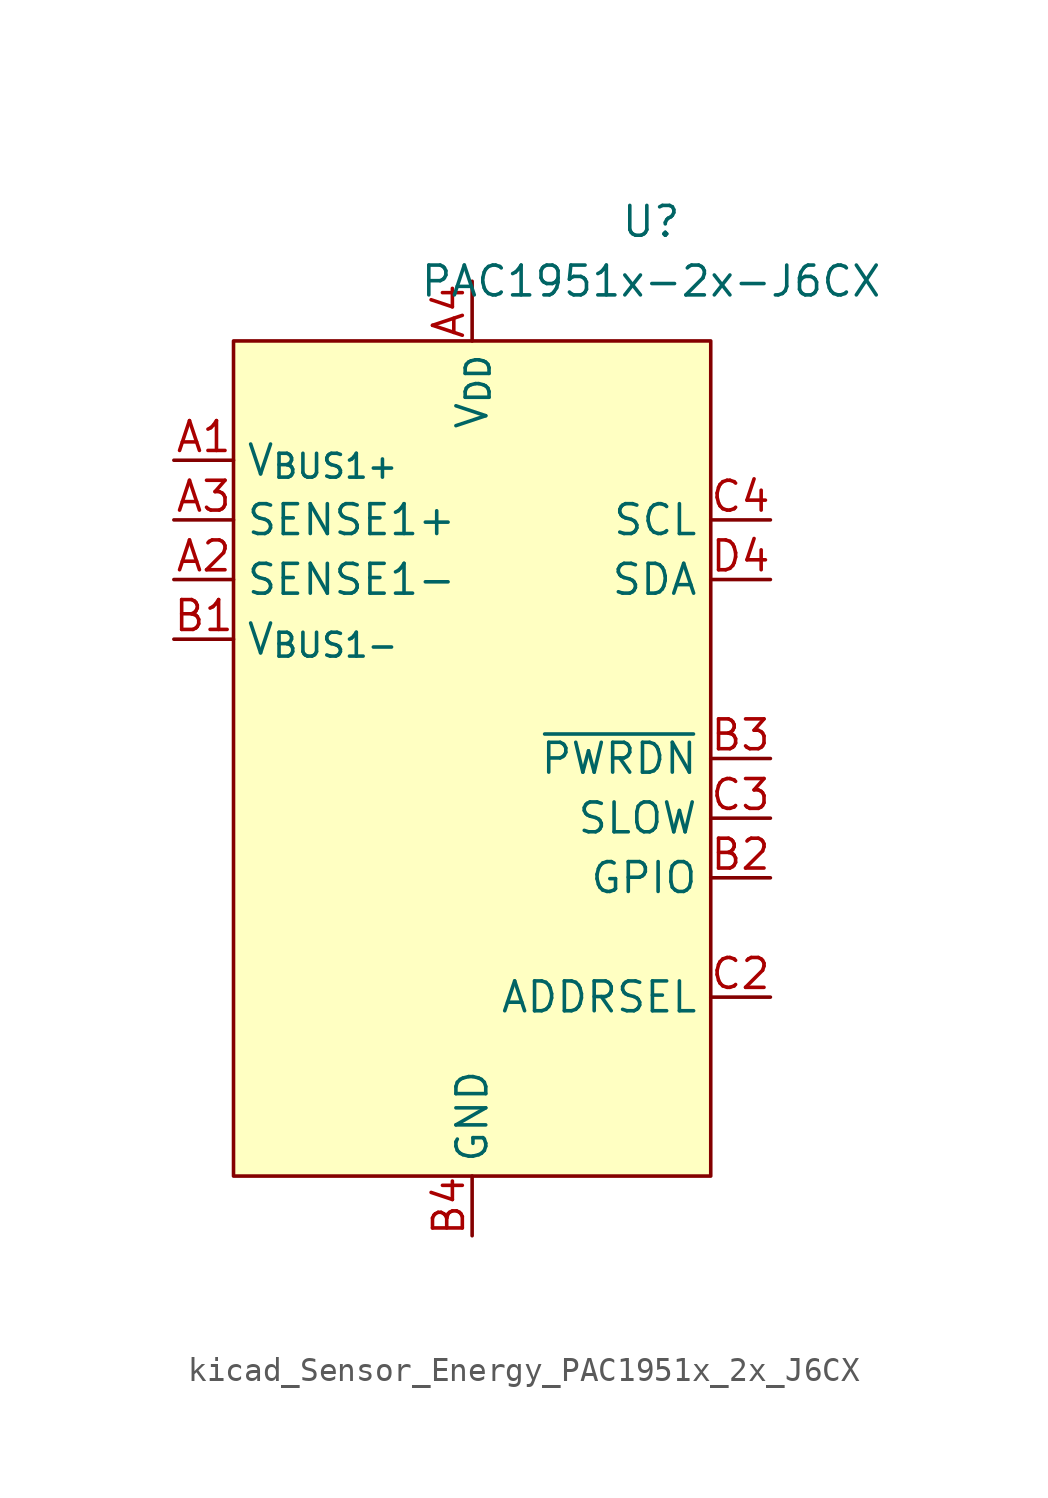
<source format=kicad_sym>
(kicad_symbol_lib
  (version 20220914)
  (generator kicad_symbol_editor)
  (symbol "kicad_Sensor_Energy_PAC1951x_2x_J6CX"
    (property "Reference" "U"
      (at 7.62 22.86 0)
      (effects (font (size 1.27 1.27))))
    (property "Value" "PAC1951x-2x-J6CX"
      (at 7.62 20.32 0)
      (effects (font (size 1.27 1.27))))
    (symbol "kicad_Sensor_Energy_PAC1951x_2x_J6CX_0_0"
      (pin input line (at -12.7 12.7 0) (length 2.54) (name "V_{BUS1+}" (effects (font (size 1.27 1.27)))) (number "A1" (effects (font (size 1.27 1.27)))))
      (pin input line (at -12.7 7.62 0) (length 2.54) (name "SENSE1-" (effects (font (size 1.27 1.27)))) (number "A2" (effects (font (size 1.27 1.27)))))
      (pin input line (at -12.7 10.16 0) (length 2.54) (name "SENSE1+" (effects (font (size 1.27 1.27)))) (number "A3" (effects (font (size 1.27 1.27)))))
      (pin power_in line (at 0 20.32 270) (length 2.54) (name "V_{DD}" (effects (font (size 1.27 1.27)))) (number "A4" (effects (font (size 1.27 1.27)))))
      (pin input line (at -12.7 5.08 0) (length 2.54) (name "V_{BUS1-}" (effects (font (size 1.27 1.27)))) (number "B1" (effects (font (size 1.27 1.27)))))
      (pin bidirectional line (at 12.7 -5.08 180) (length 2.54) (name "GPIO" (effects (font (size 1.27 1.27)))) (number "B2" (effects (font (size 1.27 1.27)))) (alternate "~{ALERT2}" open_collector line))
      (pin input line (at 12.7 0 180) (length 2.54) (name "~{PWRDN}" (effects (font (size 1.27 1.27)))) (number "B3" (effects (font (size 1.27 1.27)))))
      (pin power_in line (at 0 -20.32 90) (length 2.54) (name "GND" (effects (font (size 1.27 1.27)))) (number "B4" (effects (font (size 1.27 1.27)))))
      (pin passive line (at 0 -20.32 90) (length 2.54) hide (name "GND" (effects (font (size 1.27 1.27)))) (number "C1" (effects (font (size 1.27 1.27)))))
      (pin passive line (at 12.7 -10.16 180) (length 2.54) (name "ADDRSEL" (effects (font (size 1.27 1.27)))) (number "C2" (effects (font (size 1.27 1.27)))))
      (pin input line (at 12.7 -2.54 180) (length 2.54) (name "SLOW" (effects (font (size 1.27 1.27)))) (number "C3" (effects (font (size 1.27 1.27)))) (alternate "GPIO" bidirectional line) (alternate "~{ALERT1}" open_collector line))
      (pin input line (at 12.7 10.16 180) (length 2.54) (name "SCL" (effects (font (size 1.27 1.27)))) (number "C4" (effects (font (size 1.27 1.27)))) (alternate "SM_CLK" input line))
      (pin passive line (at 0 -20.32 90) (length 2.54) hide (name "GND" (effects (font (size 1.27 1.27)))) (number "D1" (effects (font (size 1.27 1.27)))))
      (pin passive line (at 0 -20.32 90) (length 2.54) hide (name "GND" (effects (font (size 1.27 1.27)))) (number "D2" (effects (font (size 1.27 1.27)))))
      (pin passive line (at 0 -20.32 90) (length 2.54) hide (name "GND" (effects (font (size 1.27 1.27)))) (number "D3" (effects (font (size 1.27 1.27)))))
      (pin bidirectional line (at 12.7 7.62 180) (length 2.54) (name "SDA" (effects (font (size 1.27 1.27)))) (number "D4" (effects (font (size 1.27 1.27)))) (alternate "SM_DATA" bidirectional line)))
    (symbol "kicad_Sensor_Energy_PAC1951x_2x_J6CX_0_1"
      (rectangle (start -10.16 17.78) (end 10.16 -17.78) (stroke (width 0) (type default)) (fill (type background))))))
</source>
